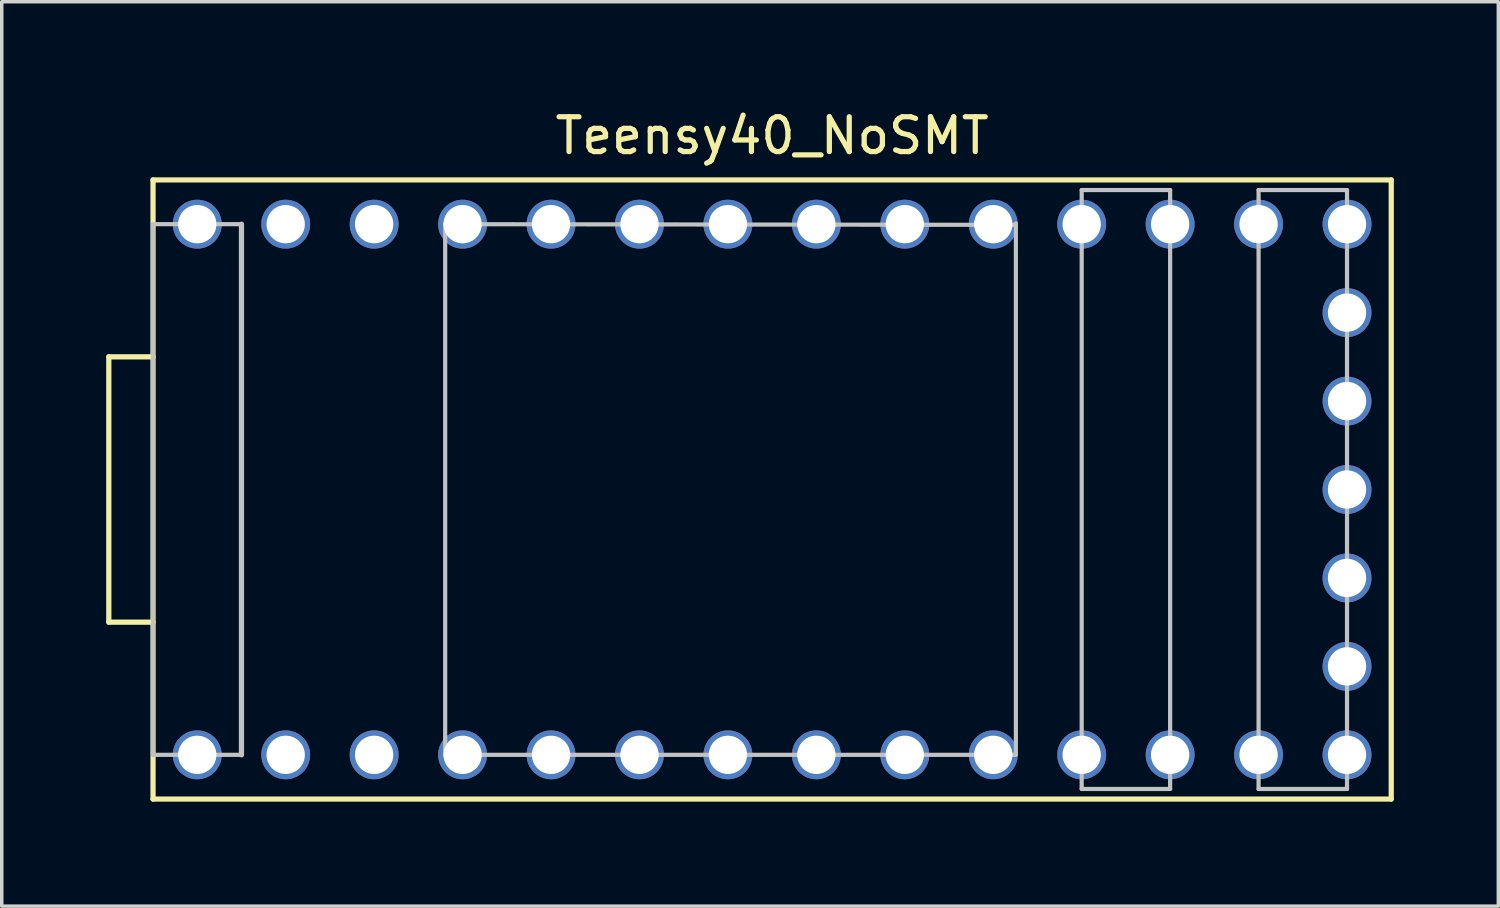
<source format=kicad_pcb>
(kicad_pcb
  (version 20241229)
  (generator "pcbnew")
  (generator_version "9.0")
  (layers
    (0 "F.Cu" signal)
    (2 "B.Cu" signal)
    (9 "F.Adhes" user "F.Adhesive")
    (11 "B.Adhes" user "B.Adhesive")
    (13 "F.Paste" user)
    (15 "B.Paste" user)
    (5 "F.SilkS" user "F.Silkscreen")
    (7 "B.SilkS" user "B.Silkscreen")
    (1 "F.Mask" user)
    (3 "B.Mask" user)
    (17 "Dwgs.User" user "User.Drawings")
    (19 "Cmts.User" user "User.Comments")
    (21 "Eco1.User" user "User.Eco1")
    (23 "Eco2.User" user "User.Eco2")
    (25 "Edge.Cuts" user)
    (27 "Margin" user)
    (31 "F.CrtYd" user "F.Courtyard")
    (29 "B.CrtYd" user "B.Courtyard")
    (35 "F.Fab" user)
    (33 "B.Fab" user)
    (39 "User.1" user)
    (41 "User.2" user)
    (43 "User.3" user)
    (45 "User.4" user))
  (footprint "Teensy40_NoSMT"
    (layer "F.Cu")
    (at 19.125 11.008)
    (property "Reference" "Teensy40_NoSMT" (at 0 -10.16 0) (layer "F.SilkS") (effects (font (size 1 1) (thickness 0.15))))
    (attr through_hole)
    (fp_line (start -19.05 -3.81) (end -19.05 3.81) (stroke (width 0.15) (type solid)) (layer "F.SilkS"))
    (fp_line (start -19.05 3.81) (end -17.78 3.81) (stroke (width 0.15) (type solid)) (layer "F.SilkS"))
    (fp_line (start -17.78 -8.89) (end -17.78 8.89) (stroke (width 0.15) (type solid)) (layer "F.SilkS"))
    (fp_line (start -17.78 -3.81) (end -19.05 -3.81) (stroke (width 0.15) (type solid)) (layer "F.SilkS"))
    (fp_line (start -17.78 8.89) (end 17.78 8.89) (stroke (width 0.15) (type solid)) (layer "F.SilkS"))
    (fp_line (start 17.78 -8.89) (end -17.78 -8.89) (stroke (width 0.15) (type solid)) (layer "F.SilkS"))
    (fp_line (start 17.78 8.89) (end 17.78 -8.89) (stroke (width 0.15) (type solid)) (layer "F.SilkS"))
    (fp_line (start -17.78 -7.62) (end -17.78 7.62) (stroke (width 0.12) (type solid)) (layer "Dwgs.User"))
    (fp_line (start -17.78 -7.62) (end -15.24 -7.62) (stroke (width 0.12) (type solid)) (layer "Dwgs.User"))
    (fp_line (start -17.78 7.62) (end -15.24 7.62) (stroke (width 0.12) (type solid)) (layer "Dwgs.User"))
    (fp_line (start -15.24 -7.62) (end -15.24 7.62) (stroke (width 0.15) (type solid)) (layer "Dwgs.User"))
    (fp_line (start -9.39 -7.62) (end -9.39 7.62) (stroke (width 0.12) (type solid)) (layer "Dwgs.User"))
    (fp_line (start -9.39 -7.62) (end 7 -7.6) (stroke (width 0.12) (type solid)) (layer "Dwgs.User"))
    (fp_line (start -9.39 7.62) (end 7 7.62) (stroke (width 0.12) (type solid)) (layer "Dwgs.User"))
    (fp_line (start 7 -7.64) (end 7 7.6) (stroke (width 0.12) (type solid)) (layer "Dwgs.User"))
    (fp_line (start 8.89 -8.6) (end 8.89 8.6) (stroke (width 0.12) (type solid)) (layer "Dwgs.User"))
    (fp_line (start 8.89 8.6) (end 11.43 8.6) (stroke (width 0.12) (type solid)) (layer "Dwgs.User"))
    (fp_line (start 11.43 -8.6) (end 8.89 -8.6) (stroke (width 0.12) (type solid)) (layer "Dwgs.User"))
    (fp_line (start 11.43 8.6) (end 11.43 -8.6) (stroke (width 0.12) (type solid)) (layer "Dwgs.User"))
    (fp_line (start 13.97 -8.6) (end 16.51 -8.6) (stroke (width 0.12) (type solid)) (layer "Dwgs.User"))
    (fp_line (start 13.97 8.6) (end 13.97 -8.6) (stroke (width 0.12) (type solid)) (layer "Dwgs.User"))
    (fp_line (start 16.51 -8.6) (end 16.51 8.6) (stroke (width 0.12) (type solid)) (layer "Dwgs.User"))
    (fp_line (start 16.51 8.6) (end 13.97 8.6) (stroke (width 0.12) (type solid)) (layer "Dwgs.User"))
    (pad "1" thru_hole circle (at -16.51 7.62) (size 1.404 1.404) (drill 1.1) (layers "*.Cu" "*.Mask"))
    (pad "2" thru_hole circle (at -13.97 7.62) (size 1.404 1.404) (drill 1.1) (layers "*.Cu" "*.Mask"))
    (pad "3" thru_hole circle (at -11.43 7.62) (size 1.404 1.404) (drill 1.1) (layers "*.Cu" "*.Mask"))
    (pad "4" thru_hole circle (at -8.89 7.62) (size 1.404 1.404) (drill 1.1) (layers "*.Cu" "*.Mask"))
    (pad "5" thru_hole circle (at -6.35 7.62) (size 1.404 1.404) (drill 1.1) (layers "*.Cu" "*.Mask"))
    (pad "6" thru_hole circle (at -3.81 7.62) (size 1.404 1.404) (drill 1.1) (layers "*.Cu" "*.Mask"))
    (pad "7" thru_hole circle (at -1.27 7.62) (size 1.404 1.404) (drill 1.1) (layers "*.Cu" "*.Mask"))
    (pad "8" thru_hole circle (at 1.27 7.62) (size 1.404 1.404) (drill 1.1) (layers "*.Cu" "*.Mask"))
    (pad "9" thru_hole circle (at 3.81 7.62) (size 1.404 1.404) (drill 1.1) (layers "*.Cu" "*.Mask"))
    (pad "10" thru_hole circle (at 6.35 7.62) (size 1.404 1.404) (drill 1.1) (layers "*.Cu" "*.Mask"))
    (pad "11" thru_hole circle (at 8.89 7.62) (size 1.404 1.404) (drill 1.1) (layers "*.Cu" "*.Mask"))
    (pad "12" thru_hole circle (at 11.43 7.62) (size 1.404 1.404) (drill 1.1) (layers "*.Cu" "*.Mask"))
    (pad "13" thru_hole circle (at 13.97 7.62) (size 1.404 1.404) (drill 1.1) (layers "*.Cu" "*.Mask"))
    (pad "14" thru_hole circle (at 16.51 7.62) (size 1.404 1.404) (drill 1.1) (layers "*.Cu" "*.Mask"))
    (pad "15" thru_hole circle (at 16.51 5.08) (size 1.404 1.404) (drill 1.1) (layers "*.Cu" "*.Mask"))
    (pad "16" thru_hole circle (at 16.51 2.54) (size 1.404 1.404) (drill 1.1) (layers "*.Cu" "*.Mask"))
    (pad "17" thru_hole circle (at 16.51 0) (size 1.404 1.404) (drill 1.1) (layers "*.Cu" "*.Mask"))
    (pad "18" thru_hole circle (at 16.51 -2.54) (size 1.404 1.404) (drill 1.1) (layers "*.Cu" "*.Mask"))
    (pad "19" thru_hole circle (at 16.51 -5.08) (size 1.404 1.404) (drill 1.1) (layers "*.Cu" "*.Mask"))
    (pad "20" thru_hole circle (at 16.51 -7.62) (size 1.404 1.404) (drill 1.1) (layers "*.Cu" "*.Mask"))
    (pad "21" thru_hole circle (at 13.97 -7.62) (size 1.404 1.404) (drill 1.1) (layers "*.Cu" "*.Mask"))
    (pad "22" thru_hole circle (at 11.43 -7.62) (size 1.404 1.404) (drill 1.1) (layers "*.Cu" "*.Mask"))
    (pad "23" thru_hole circle (at 8.89 -7.62) (size 1.404 1.404) (drill 1.1) (layers "*.Cu" "*.Mask"))
    (pad "24" thru_hole circle (at 6.35 -7.62) (size 1.404 1.404) (drill 1.1) (layers "*.Cu" "*.Mask"))
    (pad "25" thru_hole circle (at 3.81 -7.62) (size 1.404 1.404) (drill 1.1) (layers "*.Cu" "*.Mask"))
    (pad "26" thru_hole circle (at 1.27 -7.62) (size 1.404 1.404) (drill 1.1) (layers "*.Cu" "*.Mask"))
    (pad "27" thru_hole circle (at -1.27 -7.62) (size 1.404 1.404) (drill 1.1) (layers "*.Cu" "*.Mask"))
    (pad "28" thru_hole circle (at -3.81 -7.62) (size 1.404 1.404) (drill 1.1) (layers "*.Cu" "*.Mask"))
    (pad "29" thru_hole circle (at -6.35 -7.62) (size 1.404 1.404) (drill 1.1) (layers "*.Cu" "*.Mask"))
    (pad "30" thru_hole circle (at -8.89 -7.62) (size 1.404 1.404) (drill 1.1) (layers "*.Cu" "*.Mask"))
    (pad "31" thru_hole circle (at -11.43 -7.62) (size 1.404 1.404) (drill 1.1) (layers "*.Cu" "*.Mask"))
    (pad "32" thru_hole circle (at -13.97 -7.62) (size 1.404 1.404) (drill 1.1) (layers "*.Cu" "*.Mask"))
    (pad "33" thru_hole circle (at -16.51 -7.62) (size 1.404 1.404) (drill 1.1) (layers "*.Cu" "*.Mask")))
  (gr_rect
    (start -3 -3)
    (end 39.98 22.973)
    (stroke (width 0.1) (type default))
    (fill no)
    (layer "Edge.Cuts")))
</source>
